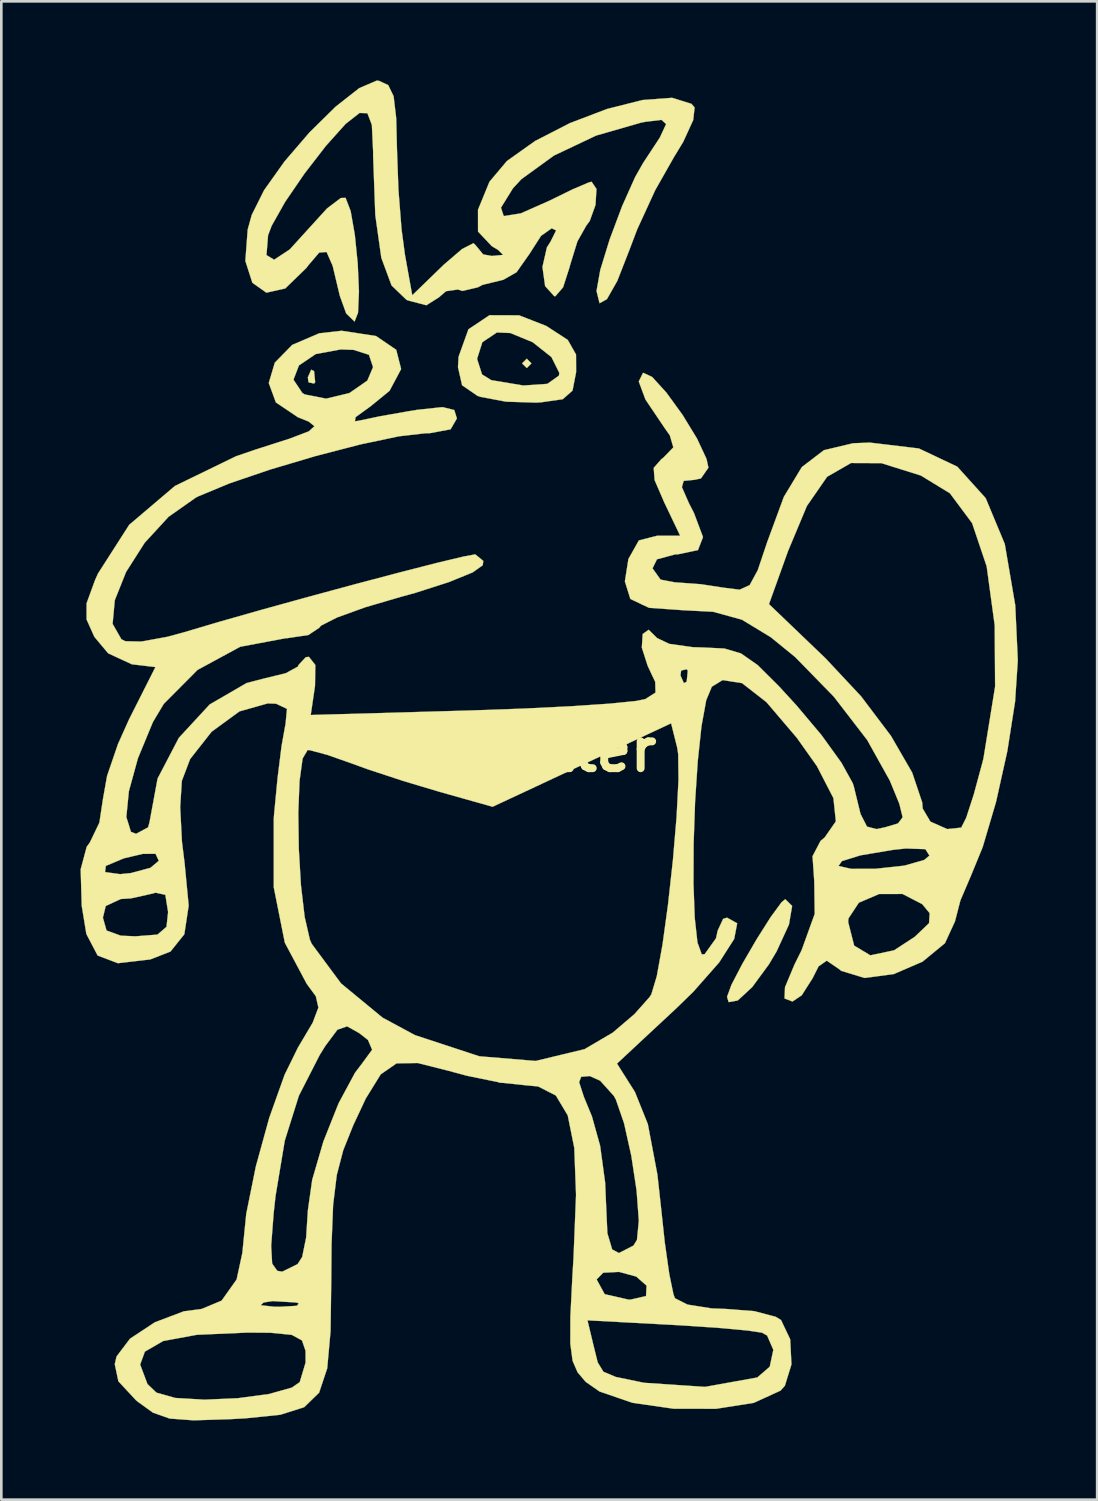
<source format=kicad_pcb>
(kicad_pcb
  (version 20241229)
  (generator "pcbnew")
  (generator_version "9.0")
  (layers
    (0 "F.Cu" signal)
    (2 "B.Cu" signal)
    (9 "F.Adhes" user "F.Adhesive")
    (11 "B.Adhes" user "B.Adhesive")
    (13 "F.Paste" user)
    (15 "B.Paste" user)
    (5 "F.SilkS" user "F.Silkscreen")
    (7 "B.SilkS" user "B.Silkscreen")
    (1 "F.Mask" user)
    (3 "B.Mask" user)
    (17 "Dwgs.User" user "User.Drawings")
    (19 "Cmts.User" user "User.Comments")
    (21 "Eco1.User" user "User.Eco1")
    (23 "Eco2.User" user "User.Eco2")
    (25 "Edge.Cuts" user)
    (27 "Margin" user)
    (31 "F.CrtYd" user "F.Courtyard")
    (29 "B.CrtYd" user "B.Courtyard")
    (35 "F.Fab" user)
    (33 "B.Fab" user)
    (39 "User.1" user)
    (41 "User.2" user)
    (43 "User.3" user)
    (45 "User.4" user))
  (footprint "v2Better"
    (layer "F.Cu")
    (at 17.074 25.351)
    (property "Reference" "v2Better" (at 0 0 0) (layer "F.SilkS") (effects (font (size 1.524 1.524) (thickness 0.3))))
    (attr through_hole)
    (fp_poly (pts (xy 0 -14.64) (xy -0.176 -14.464) (xy -0.353 -14.64) (xy -0.176 -14.817) (xy 0 -14.64)) (stroke (width 0.01) (type solid)) (fill yes) (layer "F.SilkS"))
    (fp_poly (pts (xy -8.231 -14.346) (xy -8.189 -13.928) (xy -8.231 -13.876) (xy -8.441 -13.924) (xy -8.467 -14.111) (xy -8.338 -14.401) (xy -8.231 -14.346)) (stroke (width 0.01) (type solid)) (fill yes) (layer "F.SilkS"))
    (fp_poly (pts (xy 9.873 5.906) (xy 9.753 6.608) (xy 9.284 7.629) (xy 8.991 8.121) (xy 8.361 8.979) (xy 7.814 9.485) (xy 7.469 9.548) (xy 7.408 9.349) (xy 7.574 8.894) (xy 7.988 8.098) (xy 8.527 7.171) (xy 9.064 6.323) (xy 9.476 5.762) (xy 9.613 5.65) (xy 9.873 5.906)) (stroke (width 0.01) (type solid)) (fill yes) (layer "F.SilkS"))
    (fp_poly (pts (xy -0.468 -16.46) (xy 0.56 -16.059) (xy 1.375 -15.53) (xy 1.69 -14.976) (xy 1.693 -14.311) (xy 1.557 -13.61) (xy 1.187 -13.284) (xy 0.366 -13.166) (xy 0.176 -13.155) (xy -0.961 -13.19) (xy -1.931 -13.373) (xy -2.051 -13.416) (xy -2.625 -13.812) (xy -2.781 -14.497) (xy -2.762 -14.812) (xy -2.058 -14.812) (xy -1.87 -14.222) (xy -1.52 -14.005) (xy -0.303 -13.802) (xy 0.604 -13.865) (xy 1.041 -14.175) (xy 1.058 -14.279) (xy 0.759 -14.878) (xy 0.048 -15.442) (xy -0.799 -15.79) (xy -1.306 -15.812) (xy -1.858 -15.443) (xy -2.058 -14.812) (xy -2.762 -14.812) (xy -2.757 -14.895) (xy -2.385 -15.931) (xy -1.588 -16.464) (xy -0.468 -16.46)) (stroke (width 0.01) (type solid)) (fill yes) (layer "F.SilkS"))
    (fp_poly (pts (xy -5.775 -25.341) (xy -5.423 -25.178) (xy -5.218 -24.756) (xy -5.12 -23.919) (xy -5.091 -22.749) (xy -5.036 -21.219) (xy -4.919 -19.725) (xy -4.789 -18.752) (xy -4.513 -17.219) (xy -3.315 -18.38) (xy -2.626 -18.97) (xy -2.193 -19.193) (xy -2.117 -19.119) (xy -1.827 -18.767) (xy -1.499 -18.708) (xy -1.07 -18.748) (xy -1.258 -18.935) (xy -1.499 -19.078) (xy -2.022 -19.633) (xy -2.023 -20.459) (xy -1.588 -21.519) (xy -0.928 -22.303) (xy 0.14 -23.062) (xy 1.458 -23.739) (xy 2.867 -24.275) (xy 4.21 -24.614) (xy 5.327 -24.697) (xy 6.059 -24.469) (xy 6.18 -24.332) (xy 6.127 -23.856) (xy 5.75 -23.032) (xy 5.394 -22.445) (xy 4.686 -21.197) (xy 4.002 -19.707) (xy 3.707 -18.927) (xy 3.252 -17.764) (xy 2.859 -17.072) (xy 2.581 -16.918) (xy 2.47 -17.365) (xy 2.469 -17.4) (xy 2.608 -18.18) (xy 2.962 -19.331) (xy 3.434 -20.591) (xy 3.928 -21.696) (xy 4.228 -22.225) (xy 4.866 -23.196) (xy 5.101 -23.703) (xy 4.926 -23.862) (xy 4.338 -23.792) (xy 4.163 -23.76) (xy 2.449 -23.267) (xy 0.852 -22.51) (xy -0.382 -21.615) (xy -0.702 -21.268) (xy -1.154 -20.536) (xy -1.048 -20.218) (xy -0.4 -20.321) (xy 0.665 -20.793) (xy 1.559 -21.23) (xy 2.164 -21.489) (xy 2.279 -21.519) (xy 2.463 -21.246) (xy 2.427 -20.641) (xy 2.208 -20.032) (xy 2.079 -19.859) (xy 1.741 -19.259) (xy 1.458 -18.341) (xy 1.447 -18.289) (xy 1.199 -17.521) (xy 0.907 -17.183) (xy 0.867 -17.184) (xy 0.519 -17.566) (xy 0.418 -18.291) (xy 0.587 -19.034) (xy 0.722 -19.246) (xy 0.936 -19.676) (xy 0.768 -19.756) (xy 0.364 -19.47) (xy -0.075 -18.785) (xy -0.562 -18.093) (xy -1.064 -17.806) (xy -1.845 -17.616) (xy -2.028 -17.521) (xy -2.612 -17.383) (xy -2.782 -17.438) (xy -3.236 -17.373) (xy -3.499 -17.144) (xy -3.978 -16.842) (xy -4.687 -17.028) (xy -4.734 -17.05) (xy -5.296 -17.591) (xy -5.684 -18.639) (xy -5.912 -20.255) (xy -5.994 -22.499) (xy -5.994 -22.655) (xy -6.042 -23.672) (xy -6.211 -24.114) (xy -6.507 -24.124) (xy -7.038 -23.708) (xy -7.782 -22.878) (xy -8.593 -21.829) (xy -9.328 -20.754) (xy -9.839 -19.847) (xy -9.973 -19.491) (xy -10.033 -18.741) (xy -9.743 -18.565) (xy -9.153 -18.954) (xy -8.425 -19.755) (xy -7.741 -20.506) (xy -7.218 -20.903) (xy -7.037 -20.908) (xy -6.845 -20.408) (xy -6.687 -19.505) (xy -6.577 -18.416) (xy -6.531 -17.362) (xy -6.566 -16.56) (xy -6.695 -16.228) (xy -6.701 -16.228) (xy -7.014 -16.53) (xy -7.255 -17.198) (xy -7.527 -18.337) (xy -7.757 -18.859) (xy -8.035 -18.838) (xy -8.452 -18.35) (xy -8.521 -18.256) (xy -9.323 -17.477) (xy -10.035 -17.318) (xy -10.567 -17.693) (xy -10.833 -18.519) (xy -10.744 -19.709) (xy -10.591 -20.261) (xy -10.124 -21.197) (xy -9.348 -22.288) (xy -8.4 -23.391) (xy -7.412 -24.363) (xy -6.522 -25.062) (xy -5.864 -25.346) (xy -5.775 -25.341)) (stroke (width 0.01) (type solid)) (fill yes) (layer "F.SilkS"))
    (fp_poly (pts (xy -5.885 -15.676) (xy -5.12 -15.155) (xy -4.934 -14.425) (xy -5.373 -13.601) (xy -6.085 -13.02) (xy -6.658 -12.604) (xy -6.684 -12.446) (xy -6.526 -12.471) (xy -5.731 -12.638) (xy -4.63 -12.832) (xy -4.322 -12.882) (xy -3.365 -12.984) (xy -2.922 -12.874) (xy -2.822 -12.555) (xy -3.061 -12.143) (xy -3.849 -11.997) (xy -4.017 -11.994) (xy -5.017 -11.879) (xy -6.468 -11.573) (xy -8.162 -11.134) (xy -9.89 -10.621) (xy -11.445 -10.092) (xy -12.616 -9.605) (xy -12.7 -9.563) (xy -13.739 -8.833) (xy -14.646 -7.846) (xy -15.348 -6.745) (xy -15.777 -5.674) (xy -15.86 -4.776) (xy -15.528 -4.195) (xy -15.38 -4.119) (xy -14.774 -4.106) (xy -13.782 -4.287) (xy -13.175 -4.452) (xy -11.84 -4.848) (xy -10.212 -5.311) (xy -8.431 -5.803) (xy -6.636 -6.289) (xy -4.968 -6.729) (xy -3.566 -7.088) (xy -2.569 -7.326) (xy -2.126 -7.408) (xy -1.823 -7.16) (xy -1.843 -6.996) (xy -2.225 -6.725) (xy -3.128 -6.357) (xy -4.385 -5.954) (xy -4.946 -5.799) (xy -6.297 -5.403) (xy -7.358 -5.019) (xy -7.965 -4.711) (xy -8.043 -4.623) (xy -8.448 -4.354) (xy -9.252 -4.234) (xy -9.303 -4.233) (xy -11.028 -3.909) (xy -12.643 -3.033) (xy -13.922 -1.747) (xy -14.334 -1.058) (xy -14.901 0.314) (xy -15.244 1.561) (xy -15.34 2.538) (xy -15.166 3.098) (xy -14.971 3.175) (xy -14.515 2.929) (xy -14.462 2.734) (xy -14.157 1.084) (xy -13.351 -0.46) (xy -12.182 -1.725) (xy -10.788 -2.534) (xy -10.156 -2.699) (xy -9.302 -2.907) (xy -8.844 -3.158) (xy -8.819 -3.22) (xy -8.545 -3.513) (xy -8.427 -3.528) (xy -8.183 -3.219) (xy -8.195 -2.426) (xy -8.357 -1.325) (xy -2.326 -1.496) (xy -0.297 -1.568) (xy 1.515 -1.657) (xy 2.979 -1.756) (xy 3.965 -1.856) (xy 4.313 -1.927) (xy 4.699 -2.174) (xy 4.688 -2.58) (xy 4.574 -2.822) (xy 5.644 -2.822) (xy 5.774 -2.532) (xy 5.88 -2.587) (xy 5.922 -3.006) (xy 5.88 -3.057) (xy 5.67 -3.009) (xy 5.644 -2.822) (xy 4.574 -2.822) (xy 4.402 -3.189) (xy 4.181 -3.877) (xy 4.214 -4.392) (xy 4.44 -4.552) (xy 4.759 -4.239) (xy 5.219 -4.019) (xy 6.113 -3.893) (xy 6.518 -3.881) (xy 7.311 -3.842) (xy 7.937 -3.656) (xy 8.569 -3.214) (xy 9.379 -2.408) (xy 10.036 -1.691) (xy 10.986 -0.562) (xy 11.741 0.484) (xy 12.17 1.261) (xy 12.212 1.396) (xy 12.462 2.419) (xy 12.707 2.901) (xy 13.065 2.995) (xy 13.384 2.93) (xy 13.882 2.781) (xy 14.058 2.549) (xy 13.933 2.038) (xy 13.574 1.162) (xy 12.717 -0.376) (xy 11.453 -2.018) (xy 9.99 -3.517) (xy 9.066 -4.27) (xy 7.973 -4.934) (xy 6.883 -5.234) (xy 5.757 -5.292) (xy 4.455 -5.384) (xy 4.16 -5.524) (xy 8.996 -5.524) (xy 11.134 -3.475) (xy 12.488 -2.027) (xy 13.616 -0.533) (xy 14.419 0.856) (xy 14.799 1.988) (xy 14.817 2.218) (xy 15.109 2.713) (xy 15.745 2.995) (xy 16.277 2.94) (xy 16.465 2.567) (xy 16.751 1.687) (xy 17.078 0.48) (xy 17.119 0.316) (xy 17.559 -2.401) (xy 17.544 -4.721) (xy 17.24 -6.953) (xy 16.688 -8.592) (xy 15.848 -9.721) (xy 14.751 -10.392) (xy 13.252 -10.862) (xy 12.103 -10.867) (xy 11.197 -10.346) (xy 10.432 -9.241) (xy 9.716 -7.529) (xy 8.996 -5.524) (xy 4.16 -5.524) (xy 3.747 -5.719) (xy 3.539 -6.385) (xy 3.673 -7.233) (xy 4.069 -7.936) (xy 4.764 -8.114) (xy 5.633 -8.114) (xy 5.028 -9.382) (xy 4.665 -10.221) (xy 4.631 -10.683) (xy 4.921 -11.013) (xy 4.997 -11.07) (xy 5.374 -11.46) (xy 5.242 -11.915) (xy 5.052 -12.183) (xy 4.318 -13.273) (xy 4.065 -13.955) (xy 4.228 -14.284) (xy 4.571 -14.127) (xy 5.112 -13.533) (xy 5.722 -12.692) (xy 6.272 -11.792) (xy 6.632 -11.02) (xy 6.703 -10.691) (xy 6.419 -10.283) (xy 6.174 -10.231) (xy 5.766 -10.191) (xy 5.698 -9.954) (xy 5.967 -9.34) (xy 6.156 -8.973) (xy 6.498 -8.062) (xy 6.306 -7.569) (xy 5.544 -7.409) (xy 5.447 -7.408) (xy 4.754 -7.221) (xy 4.586 -6.879) (xy 4.89 -6.452) (xy 5.424 -6.35) (xy 6.417 -6.278) (xy 7.291 -6.144) (xy 7.884 -6.07) (xy 8.265 -6.244) (xy 8.572 -6.81) (xy 8.927 -7.867) (xy 9.56 -9.587) (xy 10.24 -10.713) (xy 11.077 -11.353) (xy 12.184 -11.616) (xy 12.814 -11.64) (xy 14.673 -11.418) (xy 16.127 -10.729) (xy 17.203 -9.536) (xy 17.926 -7.799) (xy 18.322 -5.482) (xy 18.419 -3.397) (xy 18.316 -1.833) (xy 18.022 0.044) (xy 17.594 1.969) (xy 17.089 3.677) (xy 16.644 4.763) (xy 16.244 5.7) (xy 16.043 6.478) (xy 16.043 6.483) (xy 15.659 7.318) (xy 14.809 8.017) (xy 13.72 8.486) (xy 12.618 8.633) (xy 11.733 8.364) (xy 11.642 8.291) (xy 11.184 7.977) (xy 10.874 8.194) (xy 10.649 8.641) (xy 10.236 9.29) (xy 9.885 9.525) (xy 9.585 9.409) (xy 9.603 8.983) (xy 9.961 8.127) (xy 10.232 7.582) (xy 10.618 6.512) (xy 11.994 6.512) (xy 12.222 7.409) (xy 12.835 7.776) (xy 13.731 7.587) (xy 14.513 7.078) (xy 15.058 6.558) (xy 15.081 6.179) (xy 14.799 5.838) (xy 14.053 5.452) (xy 13.167 5.454) (xy 12.399 5.783) (xy 12.006 6.378) (xy 11.994 6.512) (xy 10.618 6.512) (xy 10.728 6.207) (xy 10.711 4.981) (xy 10.671 4.393) (xy 11.629 4.393) (xy 12.112 4.501) (xy 13.025 4.499) (xy 14.124 4.379) (xy 14.874 4.166) (xy 15.073 4) (xy 14.918 3.755) (xy 14.178 3.73) (xy 13.689 3.782) (xy 12.459 3.99) (xy 11.758 4.208) (xy 11.629 4.393) (xy 10.671 4.393) (xy 10.645 4.024) (xy 10.95 3.441) (xy 11.105 3.313) (xy 11.529 2.703) (xy 11.436 1.821) (xy 10.811 0.61) (xy 10.052 -0.46) (xy 8.901 -1.811) (xy 7.976 -2.532) (xy 7.24 -2.647) (xy 6.832 -2.397) (xy 6.619 -1.884) (xy 6.439 -0.894) (xy 6.298 0.433) (xy 6.198 1.96) (xy 6.143 3.547) (xy 6.137 5.058) (xy 6.184 6.352) (xy 6.288 7.292) (xy 6.451 7.74) (xy 6.56 7.733) (xy 6.989 7.133) (xy 7.056 6.836) (xy 7.261 6.395) (xy 7.408 6.35) (xy 7.792 6.564) (xy 7.679 7.154) (xy 7.112 8.042) (xy 6.136 9.15) (xy 5.5 9.769) (xy 3.24 11.875) (xy 3.92 12.95) (xy 4.409 14.168) (xy 4.77 16.074) (xy 4.893 17.191) (xy 5.05 18.647) (xy 5.221 19.849) (xy 5.379 20.613) (xy 5.436 20.762) (xy 5.91 21.001) (xy 6.828 21.147) (xy 7.359 21.167) (xy 8.443 21.251) (xy 9.254 21.465) (xy 9.454 21.59) (xy 9.8 22.318) (xy 9.847 23.267) (xy 9.599 24.073) (xy 9.437 24.258) (xy 8.421 24.723) (xy 6.991 24.948) (xy 5.383 24.945) (xy 3.834 24.723) (xy 2.581 24.294) (xy 2.055 23.927) (xy 1.749 23.568) (xy 1.56 23.134) (xy 1.473 22.481) (xy 1.475 21.598) (xy 2.123 21.598) (xy 2.346 22.529) (xy 2.51 23.191) (xy 2.725 23.544) (xy 3.192 23.741) (xy 4.117 23.933) (xy 4.273 23.964) (xy 6.574 24.118) (xy 8.555 23.762) (xy 9.025 23.356) (xy 9.161 22.714) (xy 8.926 22.174) (xy 8.731 22.065) (xy 8.196 21.985) (xy 7.146 21.889) (xy 5.775 21.795) (xy 5.207 21.763) (xy 2.123 21.598) (xy 1.475 21.598) (xy 1.475 21.464) (xy 1.546 20.05) (xy 2.469 20.05) (xy 2.775 20.608) (xy 3.675 20.813) (xy 3.752 20.814) (xy 4.34 20.678) (xy 4.361 20.285) (xy 3.969 19.94) (xy 3.319 19.764) (xy 2.717 19.795) (xy 2.469 20.05) (xy 1.546 20.05) (xy 1.551 19.939) (xy 1.594 19.24) (xy 1.69 16.842) (xy 1.623 15.065) (xy 1.375 13.836) (xy 0.925 13.085) (xy 0.255 12.741) (xy -0.183 12.7) (xy -1.166 12.597) (xy -1.255 12.579) (xy 1.806 12.579) (xy 1.984 13.129) (xy 2.293 13.88) (xy 2.602 14.988) (xy 2.792 16.383) (xy 2.822 17.098) (xy 2.877 18.301) (xy 3.058 18.913) (xy 3.314 19.05) (xy 3.865 18.767) (xy 3.997 18.551) (xy 4.068 17.829) (xy 3.983 16.684) (xy 3.783 15.368) (xy 3.508 14.134) (xy 3.198 13.237) (xy 3.124 13.102) (xy 2.604 12.524) (xy 2.208 12.347) (xy 1.884 12.376) (xy 1.806 12.579) (xy -1.255 12.579) (xy -2.443 12.336) (xy -3.137 12.149) (xy -4.306 11.854) (xy -5.107 11.867) (xy -5.707 12.283) (xy -6.272 13.197) (xy -6.747 14.21) (xy -7.126 15.156) (xy -7.371 16.094) (xy -7.509 17.219) (xy -7.569 18.726) (xy -7.579 20.007) (xy -7.606 22.008) (xy -7.733 23.415) (xy -8.04 24.338) (xy -8.606 24.888) (xy -9.51 25.174) (xy -10.833 25.309) (xy -11.41 25.341) (xy -12.796 25.385) (xy -13.698 25.318) (xy -14.333 25.094) (xy -14.92 24.67) (xy -14.977 24.621) (xy -15.641 23.907) (xy -15.775 23.273) (xy -14.817 23.273) (xy -14.54 24.011) (xy -14.199 24.337) (xy -13.483 24.538) (xy -12.379 24.603) (xy -11.119 24.547) (xy -9.939 24.389) (xy -9.069 24.145) (xy -8.773 23.938) (xy -8.552 23.198) (xy -8.553 22.754) (xy -8.688 22.359) (xy -9.077 22.148) (xy -9.888 22.068) (xy -10.76 22.062) (xy -12.669 22.146) (xy -13.943 22.381) (xy -14.638 22.783) (xy -14.817 23.273) (xy -15.775 23.273) (xy -15.778 23.259) (xy -15.71 22.966) (xy -15.199 22.292) (xy -14.259 21.672) (xy -13.161 21.256) (xy -12.486 21.167) (xy -12.148 21.026) (xy -10.252 21.026) (xy -9.764 21.081) (xy -9.525 21.085) (xy -8.883 21.048) (xy -8.808 20.956) (xy -8.908 20.923) (xy -9.802 20.869) (xy -10.142 20.923) (xy -10.252 21.026) (xy -12.148 21.026) (xy -11.731 20.851) (xy -11.164 20.052) (xy -10.947 19.05) (xy -10.92 18.775) (xy -9.856 18.775) (xy -9.818 19.45) (xy -9.625 19.723) (xy -9.437 19.756) (xy -8.854 19.469) (xy -8.681 19.198) (xy -8.531 18.464) (xy -8.467 17.47) (xy -8.467 17.447) (xy -8.302 16.28) (xy -7.879 14.829) (xy -7.303 13.381) (xy -6.678 12.22) (xy -6.415 11.874) (xy -6.032 11.351) (xy -6.189 10.982) (xy -6.519 10.722) (xy -6.979 10.465) (xy -7.347 10.593) (xy -7.805 11.207) (xy -8.016 11.547) (xy -8.805 13.09) (xy -9.34 14.792) (xy -9.69 16.892) (xy -9.762 17.551) (xy -9.856 18.775) (xy -10.92 18.775) (xy -10.799 17.567) (xy -10.436 15.772) (xy -9.928 13.93) (xy -9.347 12.301) (xy -8.843 11.273) (xy -8.283 10.328) (xy -8.067 9.755) (xy -8.163 9.326) (xy -8.508 8.856) (xy -9.338 7.298) (xy -9.757 5.2) (xy -9.757 2.601) (xy -9.747 2.469) (xy -9.738 2.368) (xy -8.828 2.368) (xy -8.809 3.743) (xy -8.728 5.12) (xy -8.587 6.322) (xy -8.391 7.176) (xy -8.322 7.338) (xy -7.209 8.84) (xy -5.637 10.136) (xy -4.41 10.798) (xy -1.973 11.599) (xy 0.159 11.776) (xy 2.012 11.33) (xy 3.082 10.702) (xy 3.902 10.002) (xy 4.477 9.354) (xy 4.544 9.246) (xy 4.748 8.565) (xy 4.965 7.366) (xy 5.175 5.837) (xy 5.359 4.164) (xy 5.497 2.535) (xy 5.57 1.137) (xy 5.558 0.157) (xy 5.521 -0.09) (xy 5.29 -1.01) (xy 1.91 0.57) (xy -1.47 2.15) (xy -3.469 1.587) (xy -4.85 1.174) (xy -6.187 0.734) (xy -6.798 0.512) (xy -7.726 0.186) (xy -8.381 0.01) (xy -8.474 0) (xy -8.664 0.321) (xy -8.781 1.169) (xy -8.828 2.368) (xy -9.738 2.368) (xy -9.613 1.063) (xy -9.461 -0.155) (xy -9.321 -0.935) (xy -9.312 -0.97) (xy -9.256 -1.557) (xy -9.669 -1.753) (xy -9.986 -1.764) (xy -11.056 -1.462) (xy -12.111 -0.691) (xy -12.924 0.343) (xy -13.238 1.168) (xy -13.301 2.166) (xy -13.233 3.483) (xy -13.135 4.27) (xy -12.979 5.894) (xy -13.144 6.979) (xy -13.669 7.633) (xy -14.432 7.931) (xy -15.659 8.074) (xy -16.426 7.784) (xy -16.854 6.967) (xy -16.955 6.35) (xy -16.228 6.35) (xy -16.09 6.836) (xy -15.55 7.032) (xy -14.993 7.056) (xy -14.16 6.991) (xy -13.818 6.695) (xy -13.758 6.136) (xy -13.863 5.485) (xy -14.238 5.403) (xy -14.316 5.43) (xy -15.16 5.618) (xy -15.551 5.644) (xy -16.12 5.908) (xy -16.228 6.35) (xy -16.955 6.35) (xy -17.029 5.899) (xy -17.066 4.624) (xy -16.146 4.624) (xy -15.575 4.702) (xy -15.169 4.661) (xy -14.427 4.462) (xy -14.111 4.197) (xy -14.111 4.193) (xy -14.233 3.932) (xy -14.714 3.933) (xy -15.434 4.103) (xy -16.116 4.389) (xy -16.146 4.624) (xy -17.066 4.624) (xy -17.069 4.517) (xy -16.841 3.668) (xy -16.72 3.5) (xy -16.36 2.75) (xy -16.228 1.874) (xy -16.069 0.981) (xy -15.657 -0.223) (xy -15.233 -1.168) (xy -14.238 -3.14) (xy -15.133 -3.246) (xy -16.028 -3.661) (xy -16.551 -4.286) (xy -16.846 -4.944) (xy -16.845 -5.554) (xy -16.531 -6.417) (xy -16.415 -6.679) (xy -15.232 -8.526) (xy -13.5 -9.998) (xy -11.182 -11.125) (xy -10.452 -11.374) (xy -9.144 -11.794) (xy -8.427 -12.068) (xy -8.217 -12.261) (xy -8.43 -12.435) (xy -8.841 -12.6) (xy -9.677 -13.162) (xy -9.946 -13.897) (xy -9.909 -14.023) (xy -9.011 -14.023) (xy -8.675 -13.52) (xy -8.584 -13.464) (xy -7.776 -13.305) (xy -6.894 -13.516) (xy -6.213 -13.988) (xy -5.997 -14.498) (xy -6.152 -14.966) (xy -6.734 -15.152) (xy -7.22 -15.169) (xy -8.167 -14.994) (xy -8.804 -14.563) (xy -9.011 -14.023) (xy -9.909 -14.023) (xy -9.717 -14.668) (xy -9.058 -15.34) (xy -8.037 -15.779) (xy -7.187 -15.875) (xy -5.885 -15.676)) (stroke (width 0.01) (type solid)) (fill yes) (layer "F.SilkS")))
  (gr_rect
    (start -3 -3)
    (end 38.498 53.741)
    (stroke (width 0.1) (type default))
    (fill no)
    (layer "Edge.Cuts")))
</source>
